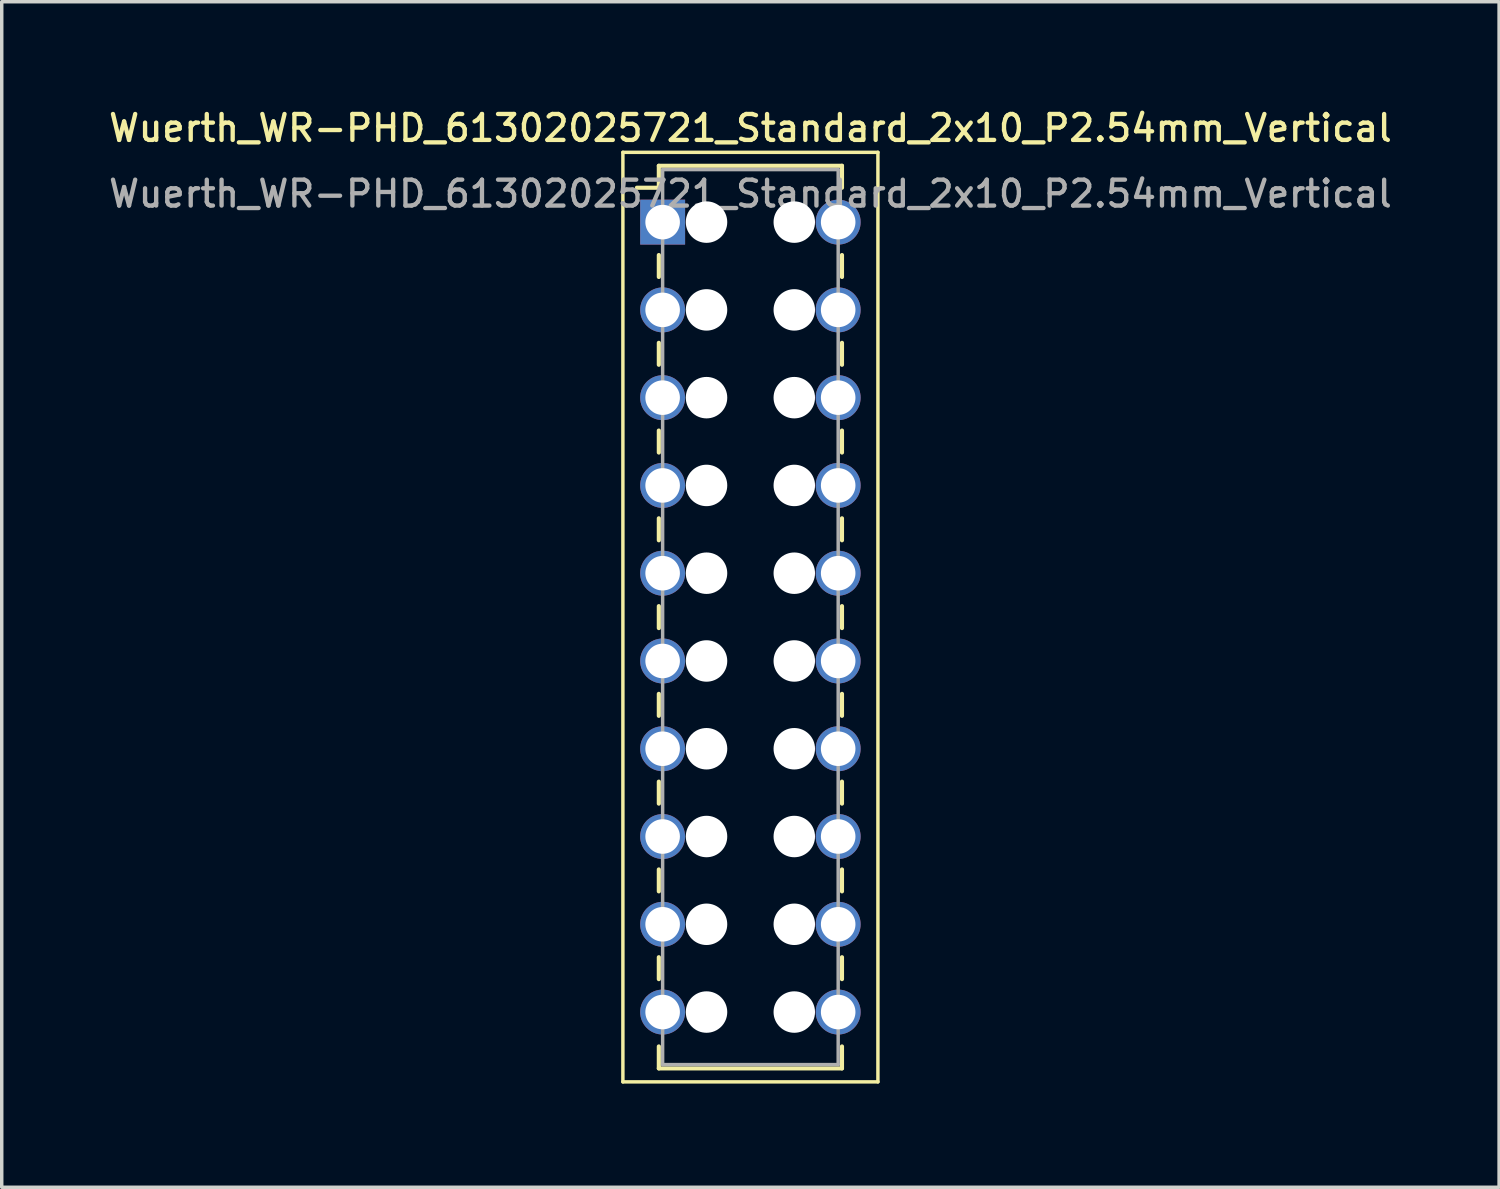
<source format=kicad_pcb>
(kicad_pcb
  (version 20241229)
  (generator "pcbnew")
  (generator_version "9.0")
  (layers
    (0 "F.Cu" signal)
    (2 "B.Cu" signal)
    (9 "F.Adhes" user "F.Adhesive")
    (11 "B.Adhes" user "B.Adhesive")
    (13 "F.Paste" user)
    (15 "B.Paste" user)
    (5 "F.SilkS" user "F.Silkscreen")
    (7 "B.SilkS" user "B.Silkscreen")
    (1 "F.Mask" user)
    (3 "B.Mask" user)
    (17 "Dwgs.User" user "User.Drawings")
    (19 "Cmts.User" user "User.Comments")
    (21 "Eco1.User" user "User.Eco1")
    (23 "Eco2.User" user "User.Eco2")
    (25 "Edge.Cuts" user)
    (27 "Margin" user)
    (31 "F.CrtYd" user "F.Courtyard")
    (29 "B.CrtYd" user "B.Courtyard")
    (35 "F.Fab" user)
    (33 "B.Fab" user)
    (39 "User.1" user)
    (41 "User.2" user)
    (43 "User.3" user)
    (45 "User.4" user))
  (footprint "Wuerth_WR-PHD_61302025721_Standard_2x10_P2.54mm_Vertical"
    (layer "F.Cu")
    (at 16.126 3.378)
    (property "Reference" "Wuerth_WR-PHD_61302025721_Standard_2x10_P2.54mm_Vertical" (at 2.54 -2.72 0) (layer "F.SilkS") (effects (font (size 0.75 0.75) (thickness 0.125))))
    (attr through_hole)
    (fp_line (start -1.15 -2.02) (end -1.15 24.88) (stroke (width 0.1) (type solid)) (layer "F.SilkS"))
    (fp_line (start -1.15 24.88) (end 6.23 24.88) (stroke (width 0.1) (type solid)) (layer "F.SilkS"))
    (fp_line (start -0.11 -1.63) (end -0.11 -0.995) (stroke (width 0.12) (type solid)) (layer "F.SilkS"))
    (fp_line (start -0.11 -1.63) (end 5.19 -1.63) (stroke (width 0.12) (type solid)) (layer "F.SilkS"))
    (fp_line (start -0.11 -0.995) (end -0.745 -0.995) (stroke (width 0.12) (type solid)) (layer "F.SilkS"))
    (fp_line (start -0.11 0.953) (end -0.11 1.587) (stroke (width 0.12) (type solid)) (layer "F.SilkS"))
    (fp_line (start -0.11 3.493) (end -0.11 4.128) (stroke (width 0.12) (type solid)) (layer "F.SilkS"))
    (fp_line (start -0.11 6.032) (end -0.11 6.668) (stroke (width 0.12) (type solid)) (layer "F.SilkS"))
    (fp_line (start -0.11 8.572) (end -0.11 9.207) (stroke (width 0.12) (type solid)) (layer "F.SilkS"))
    (fp_line (start -0.11 11.113) (end -0.11 11.748) (stroke (width 0.12) (type solid)) (layer "F.SilkS"))
    (fp_line (start -0.11 13.652) (end -0.11 14.287) (stroke (width 0.12) (type solid)) (layer "F.SilkS"))
    (fp_line (start -0.11 16.192) (end -0.11 16.828) (stroke (width 0.12) (type solid)) (layer "F.SilkS"))
    (fp_line (start -0.11 18.733) (end -0.11 19.367) (stroke (width 0.12) (type solid)) (layer "F.SilkS"))
    (fp_line (start -0.11 21.273) (end -0.11 21.907) (stroke (width 0.12) (type solid)) (layer "F.SilkS"))
    (fp_line (start -0.11 24.49) (end -0.11 23.855) (stroke (width 0.12) (type solid)) (layer "F.SilkS"))
    (fp_line (start -0.11 24.49) (end 5.19 24.49) (stroke (width 0.12) (type solid)) (layer "F.SilkS"))
    (fp_line (start 5.19 -1.63) (end 5.19 -0.995) (stroke (width 0.12) (type solid)) (layer "F.SilkS"))
    (fp_line (start 5.19 0.953) (end 5.19 1.587) (stroke (width 0.12) (type solid)) (layer "F.SilkS"))
    (fp_line (start 5.19 3.493) (end 5.19 4.128) (stroke (width 0.12) (type solid)) (layer "F.SilkS"))
    (fp_line (start 5.19 6.032) (end 5.19 6.668) (stroke (width 0.12) (type solid)) (layer "F.SilkS"))
    (fp_line (start 5.19 8.572) (end 5.19 9.207) (stroke (width 0.12) (type solid)) (layer "F.SilkS"))
    (fp_line (start 5.19 11.113) (end 5.19 11.748) (stroke (width 0.12) (type solid)) (layer "F.SilkS"))
    (fp_line (start 5.19 13.652) (end 5.19 14.287) (stroke (width 0.12) (type solid)) (layer "F.SilkS"))
    (fp_line (start 5.19 16.192) (end 5.19 16.828) (stroke (width 0.12) (type solid)) (layer "F.SilkS"))
    (fp_line (start 5.19 18.733) (end 5.19 19.367) (stroke (width 0.12) (type solid)) (layer "F.SilkS"))
    (fp_line (start 5.19 21.273) (end 5.19 21.907) (stroke (width 0.12) (type solid)) (layer "F.SilkS"))
    (fp_line (start 5.19 24.49) (end 5.19 23.855) (stroke (width 0.12) (type solid)) (layer "F.SilkS"))
    (fp_line (start 6.23 -2.02) (end -1.15 -2.02) (stroke (width 0.1) (type solid)) (layer "F.SilkS"))
    (fp_line (start 6.23 24.88) (end 6.23 -2.02) (stroke (width 0.1) (type solid)) (layer "F.SilkS"))
    (fp_line (start 0 -1.52) (end 0 24.38) (stroke (width 0.1) (type solid)) (layer "F.Fab"))
    (fp_line (start 0 24.38) (end 5.08 24.38) (stroke (width 0.1) (type solid)) (layer "F.Fab"))
    (fp_line (start 5.08 -1.52) (end 0 -1.52) (stroke (width 0.1) (type solid)) (layer "F.Fab"))
    (fp_line (start 5.08 24.38) (end 5.08 -1.52) (stroke (width 0.1) (type solid)) (layer "F.Fab"))
    (fp_text user "${REFERENCE}" (at 2.54 -0.82 0) (layer "F.Fab") (effects (font (size 0.75 0.75) (thickness 0.125))))
    (pad "" np_thru_hole circle (at 1.27 0) (size 1.2 1.2) (drill 1.2) (layers "*.Cu" "*.Mask"))
    (pad "" np_thru_hole circle (at 1.27 2.54) (size 1.2 1.2) (drill 1.2) (layers "*.Cu" "*.Mask"))
    (pad "" np_thru_hole circle (at 1.27 5.08) (size 1.2 1.2) (drill 1.2) (layers "*.Cu" "*.Mask"))
    (pad "" np_thru_hole circle (at 1.27 7.62) (size 1.2 1.2) (drill 1.2) (layers "*.Cu" "*.Mask"))
    (pad "" np_thru_hole circle (at 1.27 10.16) (size 1.2 1.2) (drill 1.2) (layers "*.Cu" "*.Mask"))
    (pad "" np_thru_hole circle (at 1.27 12.7) (size 1.2 1.2) (drill 1.2) (layers "*.Cu" "*.Mask"))
    (pad "" np_thru_hole circle (at 1.27 15.24) (size 1.2 1.2) (drill 1.2) (layers "*.Cu" "*.Mask"))
    (pad "" np_thru_hole circle (at 1.27 17.78) (size 1.2 1.2) (drill 1.2) (layers "*.Cu" "*.Mask"))
    (pad "" np_thru_hole circle (at 1.27 20.32) (size 1.2 1.2) (drill 1.2) (layers "*.Cu" "*.Mask"))
    (pad "" np_thru_hole circle (at 1.27 22.86) (size 1.2 1.2) (drill 1.2) (layers "*.Cu" "*.Mask"))
    (pad "" np_thru_hole circle (at 3.81 0) (size 1.2 1.2) (drill 1.2) (layers "*.Cu" "*.Mask"))
    (pad "" np_thru_hole circle (at 3.81 2.54) (size 1.2 1.2) (drill 1.2) (layers "*.Cu" "*.Mask"))
    (pad "" np_thru_hole circle (at 3.81 5.08) (size 1.2 1.2) (drill 1.2) (layers "*.Cu" "*.Mask"))
    (pad "" np_thru_hole circle (at 3.81 7.62) (size 1.2 1.2) (drill 1.2) (layers "*.Cu" "*.Mask"))
    (pad "" np_thru_hole circle (at 3.81 10.16) (size 1.2 1.2) (drill 1.2) (layers "*.Cu" "*.Mask"))
    (pad "" np_thru_hole circle (at 3.81 12.7) (size 1.2 1.2) (drill 1.2) (layers "*.Cu" "*.Mask"))
    (pad "" np_thru_hole circle (at 3.81 15.24) (size 1.2 1.2) (drill 1.2) (layers "*.Cu" "*.Mask"))
    (pad "" np_thru_hole circle (at 3.81 17.78) (size 1.2 1.2) (drill 1.2) (layers "*.Cu" "*.Mask"))
    (pad "" np_thru_hole circle (at 3.81 20.32) (size 1.2 1.2) (drill 1.2) (layers "*.Cu" "*.Mask"))
    (pad "" np_thru_hole circle (at 3.81 22.86) (size 1.2 1.2) (drill 1.2) (layers "*.Cu" "*.Mask"))
    (pad "1" thru_hole rect (at 0 0) (size 1.3 1.3) (drill 1) (layers "*.Cu" "*.Mask"))
    (pad "2" thru_hole circle (at 5.08 0) (size 1.3 1.3) (drill 1) (layers "*.Cu" "*.Mask"))
    (pad "3" thru_hole circle (at 0 2.54) (size 1.3 1.3) (drill 1) (layers "*.Cu" "*.Mask"))
    (pad "4" thru_hole circle (at 5.08 2.54) (size 1.3 1.3) (drill 1) (layers "*.Cu" "*.Mask"))
    (pad "5" thru_hole circle (at 0 5.08) (size 1.3 1.3) (drill 1) (layers "*.Cu" "*.Mask"))
    (pad "6" thru_hole circle (at 5.08 5.08) (size 1.3 1.3) (drill 1) (layers "*.Cu" "*.Mask"))
    (pad "7" thru_hole circle (at 0 7.62) (size 1.3 1.3) (drill 1) (layers "*.Cu" "*.Mask"))
    (pad "8" thru_hole circle (at 5.08 7.62) (size 1.3 1.3) (drill 1) (layers "*.Cu" "*.Mask"))
    (pad "9" thru_hole circle (at 0 10.16) (size 1.3 1.3) (drill 1) (layers "*.Cu" "*.Mask"))
    (pad "10" thru_hole circle (at 5.08 10.16) (size 1.3 1.3) (drill 1) (layers "*.Cu" "*.Mask"))
    (pad "11" thru_hole circle (at 0 12.7) (size 1.3 1.3) (drill 1) (layers "*.Cu" "*.Mask"))
    (pad "12" thru_hole circle (at 5.08 12.7) (size 1.3 1.3) (drill 1) (layers "*.Cu" "*.Mask"))
    (pad "13" thru_hole circle (at 0 15.24) (size 1.3 1.3) (drill 1) (layers "*.Cu" "*.Mask"))
    (pad "14" thru_hole circle (at 5.08 15.24) (size 1.3 1.3) (drill 1) (layers "*.Cu" "*.Mask"))
    (pad "15" thru_hole circle (at 0 17.78) (size 1.3 1.3) (drill 1) (layers "*.Cu" "*.Mask"))
    (pad "16" thru_hole circle (at 5.08 17.78) (size 1.3 1.3) (drill 1) (layers "*.Cu" "*.Mask"))
    (pad "17" thru_hole circle (at 0 20.32) (size 1.3 1.3) (drill 1) (layers "*.Cu" "*.Mask"))
    (pad "18" thru_hole circle (at 5.08 20.32) (size 1.3 1.3) (drill 1) (layers "*.Cu" "*.Mask"))
    (pad "19" thru_hole circle (at 0 22.86) (size 1.3 1.3) (drill 1) (layers "*.Cu" "*.Mask"))
    (pad "20" thru_hole circle (at 5.08 22.86) (size 1.3 1.3) (drill 1) (layers "*.Cu" "*.Mask")))
  (gr_rect
    (start -3 -3)
    (end 40.332 31.308)
    (stroke (width 0.1) (type default))
    (fill no)
    (layer "Edge.Cuts")))
</source>
